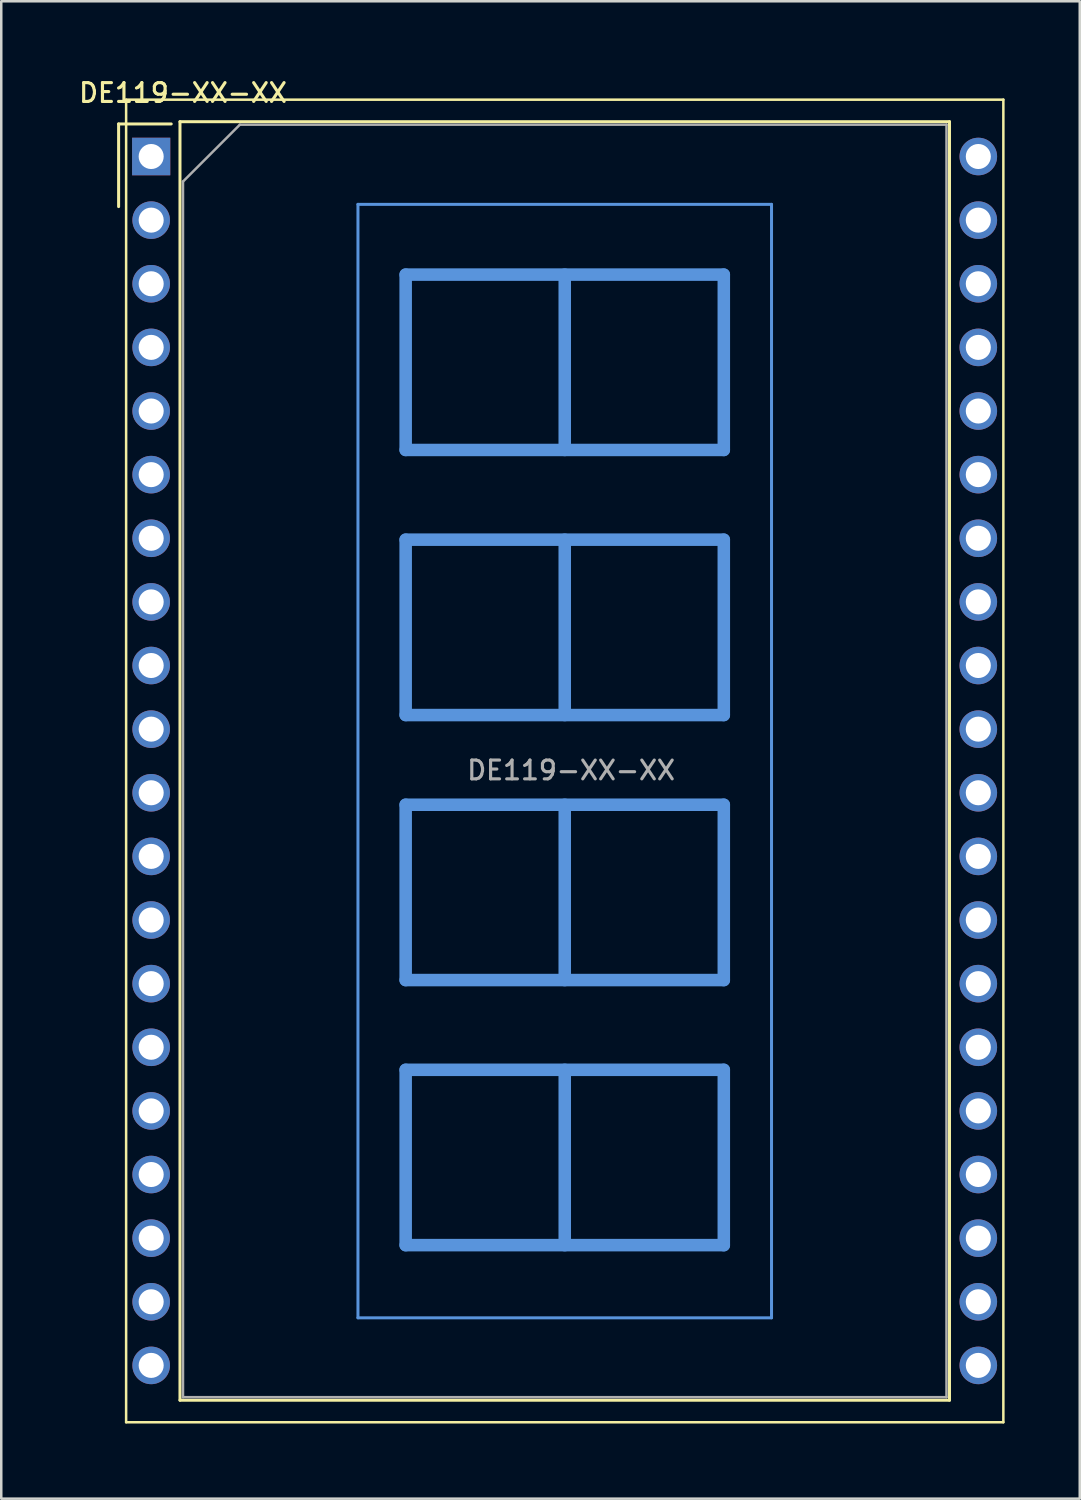
<source format=kicad_pcb>
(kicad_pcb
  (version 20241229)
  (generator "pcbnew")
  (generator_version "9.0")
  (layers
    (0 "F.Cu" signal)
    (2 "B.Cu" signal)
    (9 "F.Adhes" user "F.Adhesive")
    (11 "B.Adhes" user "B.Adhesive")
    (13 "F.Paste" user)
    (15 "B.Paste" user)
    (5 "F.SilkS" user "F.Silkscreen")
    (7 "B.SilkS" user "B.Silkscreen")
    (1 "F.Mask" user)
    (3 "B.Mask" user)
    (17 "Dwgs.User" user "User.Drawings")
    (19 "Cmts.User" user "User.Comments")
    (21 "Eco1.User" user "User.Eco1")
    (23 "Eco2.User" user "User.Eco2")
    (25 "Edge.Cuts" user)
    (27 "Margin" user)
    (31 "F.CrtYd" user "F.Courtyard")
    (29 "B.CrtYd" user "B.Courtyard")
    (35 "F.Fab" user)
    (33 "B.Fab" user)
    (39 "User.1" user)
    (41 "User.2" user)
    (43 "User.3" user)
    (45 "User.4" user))
  (footprint "DE119-XX-XX"
    (layer "F.Cu")
    (at 2.985 3.198)
    (property "Reference" "DE119-XX-XX" (at 1.27 -2.54 0) (layer "F.SilkS") (effects (font (size 0.75 0.75) (thickness 0.125))))
    (attr through_hole)
    (fp_line (start -1.3 -1.3) (end -1.3 2) (stroke (width 0.12) (type solid)) (layer "F.SilkS"))
    (fp_line (start -1.3 -1.3) (end 0.8 -1.3) (stroke (width 0.12) (type solid)) (layer "F.SilkS"))
    (fp_line (start -1 -2.27) (end 34.02 -2.27) (stroke (width 0.1) (type solid)) (layer "F.SilkS"))
    (fp_line (start -1 50.53) (end -1 -2.27) (stroke (width 0.1) (type solid)) (layer "F.SilkS"))
    (fp_line (start 1.15 -1.39) (end 1.15 49.65) (stroke (width 0.12) (type solid)) (layer "F.SilkS"))
    (fp_line (start 1.15 49.65) (end 31.87 49.65) (stroke (width 0.12) (type solid)) (layer "F.SilkS"))
    (fp_line (start 31.87 -1.39) (end 1.15 -1.39) (stroke (width 0.12) (type solid)) (layer "F.SilkS"))
    (fp_line (start 31.87 49.65) (end 31.87 -1.39) (stroke (width 0.12) (type solid)) (layer "F.SilkS"))
    (fp_line (start 34.02 -2.27) (end 34.02 50.53) (stroke (width 0.1) (type solid)) (layer "F.SilkS"))
    (fp_line (start 34.02 50.53) (end -1 50.53) (stroke (width 0.1) (type solid)) (layer "F.SilkS"))
    (fp_line (start 8.255 1.91) (end 8.255 46.36) (stroke (width 0.12) (type solid)) (layer "Cmts.User"))
    (fp_line (start 8.255 1.91) (end 24.765 1.91) (stroke (width 0.12) (type solid)) (layer "Cmts.User"))
    (fp_line (start 8.255 46.36) (end 24.765 46.36) (stroke (width 0.12) (type solid)) (layer "Cmts.User"))
    (fp_line (start 10.16 4.715) (end 22.86 4.715) (stroke (width 0.5) (type solid)) (layer "Cmts.User"))
    (fp_line (start 10.16 11.715) (end 10.16 4.715) (stroke (width 0.5) (type solid)) (layer "Cmts.User"))
    (fp_line (start 10.16 15.297) (end 22.86 15.297) (stroke (width 0.5) (type solid)) (layer "Cmts.User"))
    (fp_line (start 10.16 22.297) (end 10.16 15.297) (stroke (width 0.5) (type solid)) (layer "Cmts.User"))
    (fp_line (start 10.16 25.878) (end 22.86 25.878) (stroke (width 0.5) (type solid)) (layer "Cmts.User"))
    (fp_line (start 10.16 32.878) (end 10.16 25.878) (stroke (width 0.5) (type solid)) (layer "Cmts.User"))
    (fp_line (start 10.16 36.46) (end 22.86 36.46) (stroke (width 0.5) (type solid)) (layer "Cmts.User"))
    (fp_line (start 10.16 43.46) (end 10.16 36.46) (stroke (width 0.5) (type solid)) (layer "Cmts.User"))
    (fp_line (start 16.51 4.715) (end 16.51 11.715) (stroke (width 0.5) (type solid)) (layer "Cmts.User"))
    (fp_line (start 16.51 15.297) (end 16.51 22.297) (stroke (width 0.5) (type solid)) (layer "Cmts.User"))
    (fp_line (start 16.51 25.878) (end 16.51 32.878) (stroke (width 0.5) (type solid)) (layer "Cmts.User"))
    (fp_line (start 16.51 36.46) (end 16.51 43.46) (stroke (width 0.5) (type solid)) (layer "Cmts.User"))
    (fp_line (start 22.86 4.715) (end 22.86 11.715) (stroke (width 0.5) (type solid)) (layer "Cmts.User"))
    (fp_line (start 22.86 11.715) (end 10.16 11.715) (stroke (width 0.5) (type solid)) (layer "Cmts.User"))
    (fp_line (start 22.86 15.297) (end 22.86 22.297) (stroke (width 0.5) (type solid)) (layer "Cmts.User"))
    (fp_line (start 22.86 22.297) (end 10.16 22.297) (stroke (width 0.5) (type solid)) (layer "Cmts.User"))
    (fp_line (start 22.86 25.878) (end 22.86 32.878) (stroke (width 0.5) (type solid)) (layer "Cmts.User"))
    (fp_line (start 22.86 32.878) (end 10.16 32.878) (stroke (width 0.5) (type solid)) (layer "Cmts.User"))
    (fp_line (start 22.86 36.46) (end 22.86 43.46) (stroke (width 0.5) (type solid)) (layer "Cmts.User"))
    (fp_line (start 22.86 43.46) (end 10.16 43.46) (stroke (width 0.5) (type solid)) (layer "Cmts.User"))
    (fp_line (start 24.765 46.36) (end 24.765 1.91) (stroke (width 0.12) (type solid)) (layer "Cmts.User"))
    (fp_line (start 1.27 1) (end 3.54 -1.27) (stroke (width 0.1) (type solid)) (layer "F.Fab"))
    (fp_line (start 1.27 49.53) (end 1.27 1) (stroke (width 0.1) (type solid)) (layer "F.Fab"))
    (fp_line (start 3.54 -1.27) (end 31.75 -1.27) (stroke (width 0.1) (type solid)) (layer "F.Fab"))
    (fp_line (start 31.75 -1.27) (end 31.75 49.53) (stroke (width 0.1) (type solid)) (layer "F.Fab"))
    (fp_line (start 31.75 49.53) (end 1.27 49.53) (stroke (width 0.1) (type solid)) (layer "F.Fab"))
    (fp_text user "${REFERENCE}" (at 16.764 24.504 0) (layer "F.Fab") (effects (font (size 0.75 0.75) (thickness 0.125))))
    (pad "1" thru_hole rect (at 0 0 270) (size 1.5 1.524) (drill 1) (layers "*.Cu" "*.Mask"))
    (pad "2" thru_hole circle (at 0 2.54 270) (size 1.5 1.5) (drill 1) (layers "*.Cu" "*.Mask"))
    (pad "3" thru_hole circle (at 0 5.08 270) (size 1.5 1.5) (drill 1) (layers "*.Cu" "*.Mask"))
    (pad "4" thru_hole circle (at 0 7.62 270) (size 1.5 1.5) (drill 1) (layers "*.Cu" "*.Mask"))
    (pad "5" thru_hole circle (at 0 10.16 270) (size 1.5 1.5) (drill 1) (layers "*.Cu" "*.Mask"))
    (pad "6" thru_hole circle (at 0 12.7 270) (size 1.5 1.5) (drill 1) (layers "*.Cu" "*.Mask"))
    (pad "7" thru_hole circle (at 0 15.24 270) (size 1.5 1.5) (drill 1) (layers "*.Cu" "*.Mask"))
    (pad "8" thru_hole circle (at 0 17.78 270) (size 1.5 1.5) (drill 1) (layers "*.Cu" "*.Mask"))
    (pad "9" thru_hole circle (at 0 20.32 270) (size 1.5 1.5) (drill 1) (layers "*.Cu" "*.Mask"))
    (pad "10" thru_hole circle (at 0 22.86 270) (size 1.5 1.5) (drill 1) (layers "*.Cu" "*.Mask"))
    (pad "11" thru_hole circle (at 0 25.4 270) (size 1.5 1.5) (drill 1) (layers "*.Cu" "*.Mask"))
    (pad "12" thru_hole circle (at 0 27.94 270) (size 1.5 1.5) (drill 1) (layers "*.Cu" "*.Mask"))
    (pad "13" thru_hole circle (at 0 30.48 270) (size 1.5 1.5) (drill 1) (layers "*.Cu" "*.Mask"))
    (pad "14" thru_hole circle (at 0 33.02 270) (size 1.5 1.5) (drill 1) (layers "*.Cu" "*.Mask"))
    (pad "15" thru_hole circle (at 0 35.56 270) (size 1.5 1.5) (drill 1) (layers "*.Cu" "*.Mask"))
    (pad "16" thru_hole circle (at 0 38.1 270) (size 1.5 1.5) (drill 1) (layers "*.Cu" "*.Mask"))
    (pad "17" thru_hole circle (at 0 40.64 270) (size 1.5 1.5) (drill 1) (layers "*.Cu" "*.Mask"))
    (pad "18" thru_hole circle (at 0 43.18 270) (size 1.5 1.5) (drill 1) (layers "*.Cu" "*.Mask"))
    (pad "19" thru_hole circle (at 0 45.72 270) (size 1.5 1.5) (drill 1) (layers "*.Cu" "*.Mask"))
    (pad "20" thru_hole circle (at 0 48.26 270) (size 1.5 1.5) (drill 1) (layers "*.Cu" "*.Mask"))
    (pad "21" thru_hole circle (at 33.02 48.26 90) (size 1.5 1.5) (drill 1) (layers "*.Cu" "*.Mask"))
    (pad "22" thru_hole circle (at 33.02 45.72 90) (size 1.5 1.5) (drill 1) (layers "*.Cu" "*.Mask"))
    (pad "23" thru_hole circle (at 33.02 43.18 90) (size 1.5 1.5) (drill 1) (layers "*.Cu" "*.Mask"))
    (pad "24" thru_hole circle (at 33.02 40.64 90) (size 1.5 1.5) (drill 1) (layers "*.Cu" "*.Mask"))
    (pad "25" thru_hole circle (at 33.02 38.1 90) (size 1.5 1.5) (drill 1) (layers "*.Cu" "*.Mask"))
    (pad "26" thru_hole circle (at 33.02 35.56 270) (size 1.5 1.5) (drill 1) (layers "*.Cu" "*.Mask"))
    (pad "27" thru_hole circle (at 33.02 33.02 270) (size 1.5 1.5) (drill 1) (layers "*.Cu" "*.Mask"))
    (pad "28" thru_hole circle (at 33.02 30.48 270) (size 1.5 1.5) (drill 1) (layers "*.Cu" "*.Mask"))
    (pad "29" thru_hole circle (at 33.02 27.94 270) (size 1.5 1.5) (drill 1) (layers "*.Cu" "*.Mask"))
    (pad "30" thru_hole circle (at 33.02 25.4 270) (size 1.5 1.5) (drill 1) (layers "*.Cu" "*.Mask"))
    (pad "31" thru_hole circle (at 33.02 22.86 270) (size 1.5 1.5) (drill 1) (layers "*.Cu" "*.Mask"))
    (pad "32" thru_hole circle (at 33.02 20.32 270) (size 1.5 1.5) (drill 1) (layers "*.Cu" "*.Mask"))
    (pad "33" thru_hole circle (at 33.02 17.78 270) (size 1.5 1.5) (drill 1) (layers "*.Cu" "*.Mask"))
    (pad "34" thru_hole circle (at 33.02 15.24 270) (size 1.5 1.5) (drill 1) (layers "*.Cu" "*.Mask"))
    (pad "35" thru_hole circle (at 33.02 12.7 270) (size 1.5 1.5) (drill 1) (layers "*.Cu" "*.Mask"))
    (pad "36" thru_hole circle (at 33.02 10.16 270) (size 1.5 1.5) (drill 1) (layers "*.Cu" "*.Mask"))
    (pad "37" thru_hole circle (at 33.02 7.62 270) (size 1.5 1.5) (drill 1) (layers "*.Cu" "*.Mask"))
    (pad "38" thru_hole circle (at 33.02 5.08 270) (size 1.5 1.5) (drill 1) (layers "*.Cu" "*.Mask"))
    (pad "39" thru_hole circle (at 33.02 2.54 270) (size 1.5 1.5) (drill 1) (layers "*.Cu" "*.Mask"))
    (pad "40" thru_hole circle (at 33.02 0 270) (size 1.5 1.5) (drill 1) (layers "*.Cu" "*.Mask")))
  (gr_rect
    (start -3 -3)
    (end 40.055 56.778)
    (stroke (width 0.1) (type default))
    (fill no)
    (layer "Edge.Cuts")))
</source>
